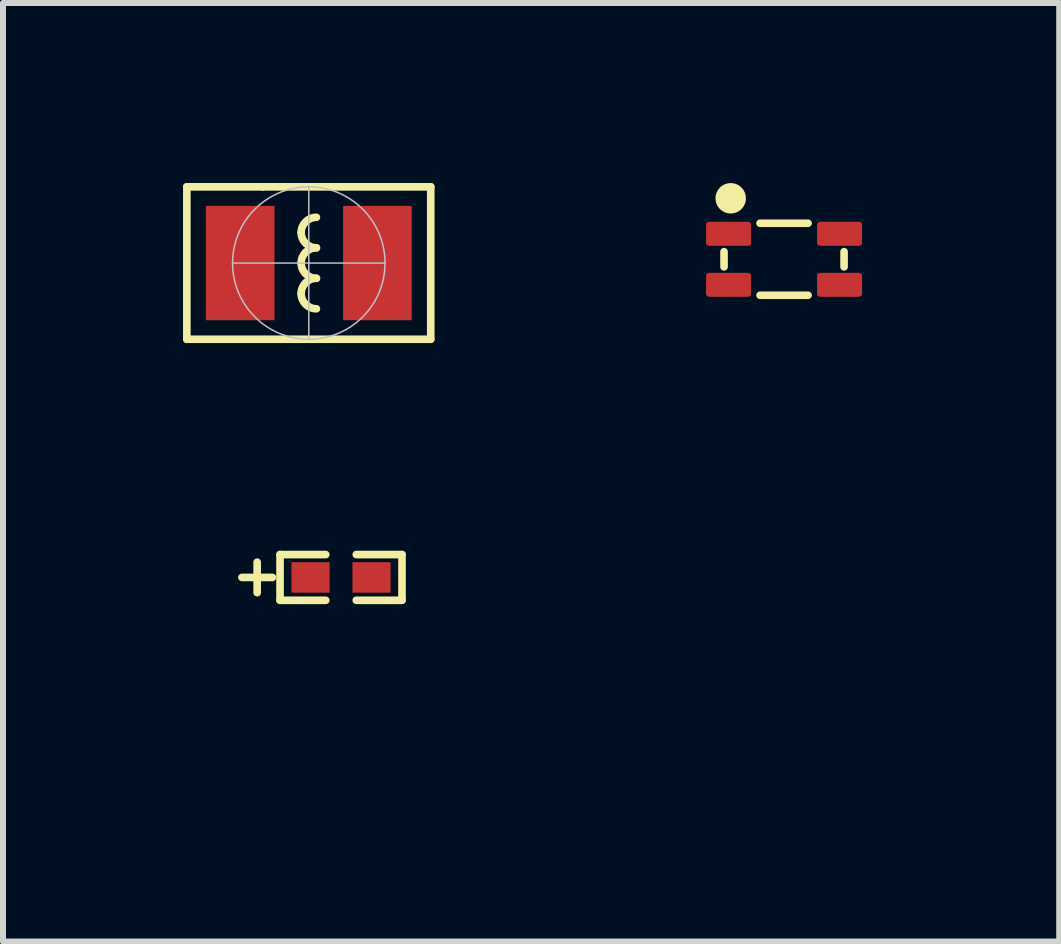
<source format=kicad_pcb>
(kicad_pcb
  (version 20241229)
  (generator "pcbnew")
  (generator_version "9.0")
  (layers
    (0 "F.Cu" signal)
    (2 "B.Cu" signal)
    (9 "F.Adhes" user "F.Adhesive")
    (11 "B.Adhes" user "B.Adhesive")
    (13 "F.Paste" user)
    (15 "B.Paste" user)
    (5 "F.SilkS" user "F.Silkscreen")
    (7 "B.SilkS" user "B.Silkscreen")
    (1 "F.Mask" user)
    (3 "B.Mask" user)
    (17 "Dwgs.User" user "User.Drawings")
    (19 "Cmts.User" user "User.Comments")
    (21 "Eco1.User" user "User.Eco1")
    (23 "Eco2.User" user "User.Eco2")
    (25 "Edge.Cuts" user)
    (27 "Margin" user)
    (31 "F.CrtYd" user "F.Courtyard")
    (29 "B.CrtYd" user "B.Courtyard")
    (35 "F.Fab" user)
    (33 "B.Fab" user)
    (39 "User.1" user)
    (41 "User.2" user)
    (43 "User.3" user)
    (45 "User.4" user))
  (footprint "LED0402"
    (layer "F.Cu")
    (at 2.632 6.571)
    (property "Reference" "LED0402" (at -0.483 0.323 0) (unlocked yes) (layer "Eco1.User") (effects (font (size 0.33 0.33) (thickness 0.02)) (justify left bottom mirror)))
    (fp_line (start -1.397 -0.254) (end -1.397 0.254) (stroke (width 0.127) (type solid)) (layer "F.SilkS"))
    (fp_line (start -1.143 0) (end -1.651 0) (stroke (width 0.127) (type solid)) (layer "F.SilkS"))
    (fp_line (start -1.016 -0.381) (end -1.016 0.381) (stroke (width 0.127) (type solid)) (layer "F.SilkS"))
    (fp_line (start -0.254 -0.381) (end -1.016 -0.381) (stroke (width 0.127) (type solid)) (layer "F.SilkS"))
    (fp_line (start -0.254 0.381) (end -1.016 0.381) (stroke (width 0.127) (type solid)) (layer "F.SilkS"))
    (fp_line (start 1.016 -0.381) (end 0.254 -0.381) (stroke (width 0.127) (type solid)) (layer "F.SilkS"))
    (fp_line (start 1.016 -0.381) (end 1.016 0.381) (stroke (width 0.127) (type solid)) (layer "F.SilkS"))
    (fp_line (start 1.016 0.381) (end 0.254 0.381) (stroke (width 0.127) (type solid)) (layer "F.SilkS"))
    (fp_line (start -1.016 -0.381) (end -1.016 0.381) (stroke (width 0.127) (type solid)) (layer "Eco1.User"))
    (fp_line (start 0.254 -0.381) (end -1.016 -0.381) (stroke (width 0.127) (type solid)) (layer "Eco1.User"))
    (fp_line (start 0.254 0.381) (end -1.016 0.381) (stroke (width 0.127) (type solid)) (layer "Eco1.User"))
    (fp_line (start 1.016 -0.381) (end 0.254 -0.381) (stroke (width 0.127) (type solid)) (layer "Eco1.User"))
    (fp_line (start 1.016 -0.381) (end 1.016 0.381) (stroke (width 0.127) (type solid)) (layer "Eco1.User"))
    (fp_line (start 1.016 0.381) (end 0.254 0.381) (stroke (width 0.127) (type solid)) (layer "Eco1.User"))
    (fp_poly (pts (xy -0.127 -0.381) (xy -0.127 0.381) (xy 0.254 0)) (stroke (width 0.1) (type dash)) (fill no) (layer "Eco1.User"))
    (fp_poly (pts (xy -1.016 0.381) (xy -1.016 -0.381) (xy 1.016 -0.381) (xy 1.016 0.381)) (stroke (width 0.1) (type default)) (fill no) (layer "User.8"))
    (fp_text user "1" (at -0.508 1.177 180) (unlocked yes) (layer "Eco1.User") (effects (font (size 1.524 1.524) (thickness 0.122)) (justify left bottom mirror)))
    (fp_text user "2" (at 0.635 1.05 180) (unlocked yes) (layer "Eco1.User") (effects (font (size 1.524 1.524) (thickness 0.122)) (justify left bottom mirror)))
    (fp_text user "Red" (at -1.524 1.602 180) (unlocked yes) (layer "Eco1.User") (effects (font (size 0.635 0.635) (thickness 0.041)) (justify left bottom mirror)))
    (pad "1" smd rect (at -0.508 0 270) (size 0.508 0.635) (layers "F.Cu" "F.Mask" "F.Paste"))
    (pad "2" smd rect (at 0.508 0 270) (size 0.508 0.635) (layers "F.Cu" "F.Mask" "F.Paste")))
  (footprint "L2012"
    (layer "F.Cu")
    (at 10.014 1.27)
    (property "Reference" "L2012" (at -0.428 -0.491 0) (unlocked yes) (layer "Eco1.User") (effects (font (size 0.33 0.33) (thickness 0.02)) (justify left bottom mirror)))
    (fp_line (start -1 0.127) (end -1 -0.127) (stroke (width 0.127) (type solid)) (layer "F.SilkS"))
    (fp_line (start 0.4 -0.6) (end -0.4 -0.6) (stroke (width 0.127) (type solid)) (layer "F.SilkS"))
    (fp_line (start 0.4 0.6) (end -0.4 0.6) (stroke (width 0.127) (type solid)) (layer "F.SilkS"))
    (fp_line (start 1 0.127) (end 1 -0.127) (stroke (width 0.127) (type solid)) (layer "F.SilkS"))
    (fp_circle (center -0.889 -1.016) (end -0.889 -0.889) (stroke (width 0.254) (type solid)) (fill no) (layer "F.SilkS"))
    (fp_line (start -1.016 0.635) (end -1.016 -0.635) (stroke (width 0.025) (type solid)) (layer "Eco1.User"))
    (fp_line (start 1.016 -0.635) (end -1.016 -0.635) (stroke (width 0.025) (type solid)) (layer "Eco1.User"))
    (fp_line (start 1.016 0.635) (end -1.016 0.635) (stroke (width 0.025) (type solid)) (layer "Eco1.User"))
    (fp_line (start 1.016 0.635) (end 1.016 -0.635) (stroke (width 0.025) (type solid)) (layer "Eco1.User"))
    (fp_circle (center -0.889 -1.016) (end -0.889 -0.889) (stroke (width 0.127) (type solid)) (fill no) (layer "Eco1.User"))
    (fp_poly (pts (xy -1.016 0.635) (xy -1.016 -0.635) (xy 1.016 -0.635) (xy 1.016 0.635)) (stroke (width 0.1) (type default)) (fill no) (layer "User.8"))
    (fp_text user "3" (at 0.495 0.425 270) (unlocked yes) (layer "Eco1.User") (effects (font (size 0.635 0.635) (thickness 0.041)) (justify left bottom mirror)))
    (fp_text user "2" (at 0.495 -0.425 270) (unlocked yes) (layer "Eco1.User") (effects (font (size 0.635 0.635) (thickness 0.041)) (justify left bottom mirror)))
    (fp_text user "4" (at -1.355 0.425 270) (unlocked yes) (layer "Eco1.User") (effects (font (size 0.635 0.635) (thickness 0.041)) (justify left bottom mirror)))
    (fp_text user "1" (at -1.355 -0.425 270) (unlocked yes) (layer "Eco1.User") (effects (font (size 0.635 0.635) (thickness 0.041)) (justify left bottom mirror)))
    (fp_text user "90R" (at -0.254 0.205 180) (unlocked yes) (layer "Eco1.User") (effects (font (size 0.635 0.635) (thickness 0.041)) (justify left bottom mirror)))
    (pad "1" smd roundrect (at -0.925 -0.425 90) (size 0.4 0.75) (layers "F.Cu" "F.Mask" "F.Paste") (roundrect_rratio 0.125))
    (pad "2" smd roundrect (at 0.925 -0.425 90) (size 0.4 0.75) (layers "F.Cu" "F.Mask" "F.Paste") (roundrect_rratio 0.125))
    (pad "3" smd roundrect (at 0.925 0.425 90) (size 0.4 0.75) (layers "F.Cu" "F.Mask" "F.Paste") (roundrect_rratio 0.125))
    (pad "4" smd roundrect (at -0.925 0.425 90) (size 0.4 0.75) (layers "F.Cu" "F.Mask" "F.Paste") (roundrect_rratio 0.125)))
  (footprint "L1008"
    (layer "F.Cu")
    (at 2.095 1.333)
    (property "Reference" "L1008" (at -0.803 0.273 90) (unlocked yes) (layer "Eco1.User") (effects (font (size 0.33 0.33) (thickness 0.02)) (justify left bottom mirror)))
    (fp_line (start -2.032 -1.27) (end -2.032 1.27) (stroke (width 0.127) (type solid)) (layer "F.SilkS"))
    (fp_line (start -0.762 -1.27) (end -2.032 -1.27) (stroke (width 0.127) (type solid)) (layer "F.SilkS"))
    (fp_line (start 2.032 -1.27) (end -0.762 -1.27) (stroke (width 0.127) (type solid)) (layer "F.SilkS"))
    (fp_line (start 2.032 -1.27) (end 2.032 1.27) (stroke (width 0.127) (type solid)) (layer "F.SilkS"))
    (fp_line (start 2.032 1.27) (end -2.032 1.27) (stroke (width 0.127) (type solid)) (layer "F.SilkS"))
    (fp_arc (start -0.127 -0.508) (mid -0.052605 -0.687605) (end 0.127 -0.762) (stroke (width 0.127) (type solid)) (layer "F.SilkS"))
    (fp_arc (start -0.127 0) (mid -0.052605 -0.179605) (end 0.127 -0.254) (stroke (width 0.127) (type solid)) (layer "F.SilkS"))
    (fp_arc (start -0.127 0.508) (mid -0.052605 0.328395) (end 0.127 0.254) (stroke (width 0.127) (type solid)) (layer "F.SilkS"))
    (fp_arc (start 0.127 -0.254) (mid -0.052605 -0.328395) (end -0.127 -0.508) (stroke (width 0.127) (type solid)) (layer "F.SilkS"))
    (fp_arc (start 0.127 0.254) (mid -0.052605 0.179605) (end -0.127 0) (stroke (width 0.127) (type solid)) (layer "F.SilkS"))
    (fp_arc (start 0.127 0.762) (mid -0.052605 0.687605) (end -0.127 0.508) (stroke (width 0.127) (type solid)) (layer "F.SilkS"))
    (fp_line (start 0 -1.27) (end 0 1.27) (stroke (width 0.025) (type solid)) (layer "Dwgs.User"))
    (fp_line (start 1.27 0) (end -1.27 0) (stroke (width 0.025) (type solid)) (layer "Dwgs.User"))
    (fp_circle (center 0 0) (end 1.27 0) (stroke (width 0.025) (type solid)) (fill no) (layer "Dwgs.User"))
    (fp_line (start -2.032 -1.27) (end -2.032 1.27) (stroke (width 0.025) (type solid)) (layer "Eco1.User"))
    (fp_line (start -1.27 -1.016) (end -1.27 1.016) (stroke (width 0.025) (type solid)) (layer "Eco1.User"))
    (fp_line (start 1.27 -1.016) (end -1.27 -1.016) (stroke (width 0.025) (type solid)) (layer "Eco1.User"))
    (fp_line (start 1.27 -1.016) (end 1.27 1.016) (stroke (width 0.025) (type solid)) (layer "Eco1.User"))
    (fp_line (start 1.27 1.016) (end -1.27 1.016) (stroke (width 0.025) (type solid)) (layer "Eco1.User"))
    (fp_line (start 2.032 -1.27) (end -2.032 -1.27) (stroke (width 0.025) (type solid)) (layer "Eco1.User"))
    (fp_line (start 2.032 -1.27) (end 2.032 1.27) (stroke (width 0.025) (type solid)) (layer "Eco1.User"))
    (fp_line (start 2.032 1.27) (end -2.032 1.27) (stroke (width 0.025) (type solid)) (layer "Eco1.User"))
    (fp_poly (pts (xy -2.032 1.27) (xy 2.032 1.27) (xy 2.032 -1.27) (xy -2.032 -1.27)) (stroke (width 0.1) (type default)) (fill no) (layer "User.8"))
    (fp_text user "1" (at -1.143 0.586 180) (unlocked yes) (layer "Eco1.User") (effects (font (size 0.635 0.635) (thickness 0.041)) (justify left bottom mirror)))
    (fp_text user "2" (at 1.143 0.078 180) (unlocked yes) (layer "Eco1.User") (effects (font (size 0.635 0.635) (thickness 0.041)) (justify left bottom mirror)))
    (fp_text user "0.47uH" (at -0.381 0.205 180) (unlocked yes) (layer "Eco1.User") (effects (font (size 0.635 0.635) (thickness 0.041)) (justify left bottom mirror)))
    (pad "1" smd rect (at -1.143 0 270) (size 1.905 1.143) (layers "F.Cu" "F.Mask" "F.Paste"))
    (pad "2" smd rect (at 1.143 0 270) (size 1.905 1.143) (layers "F.Cu" "F.Mask" "F.Paste")))
  (gr_rect
    (start -3 -3)
    (end 14.599 12.638)
    (stroke (width 0.1) (type default))
    (fill no)
    (layer "Edge.Cuts")))
</source>
